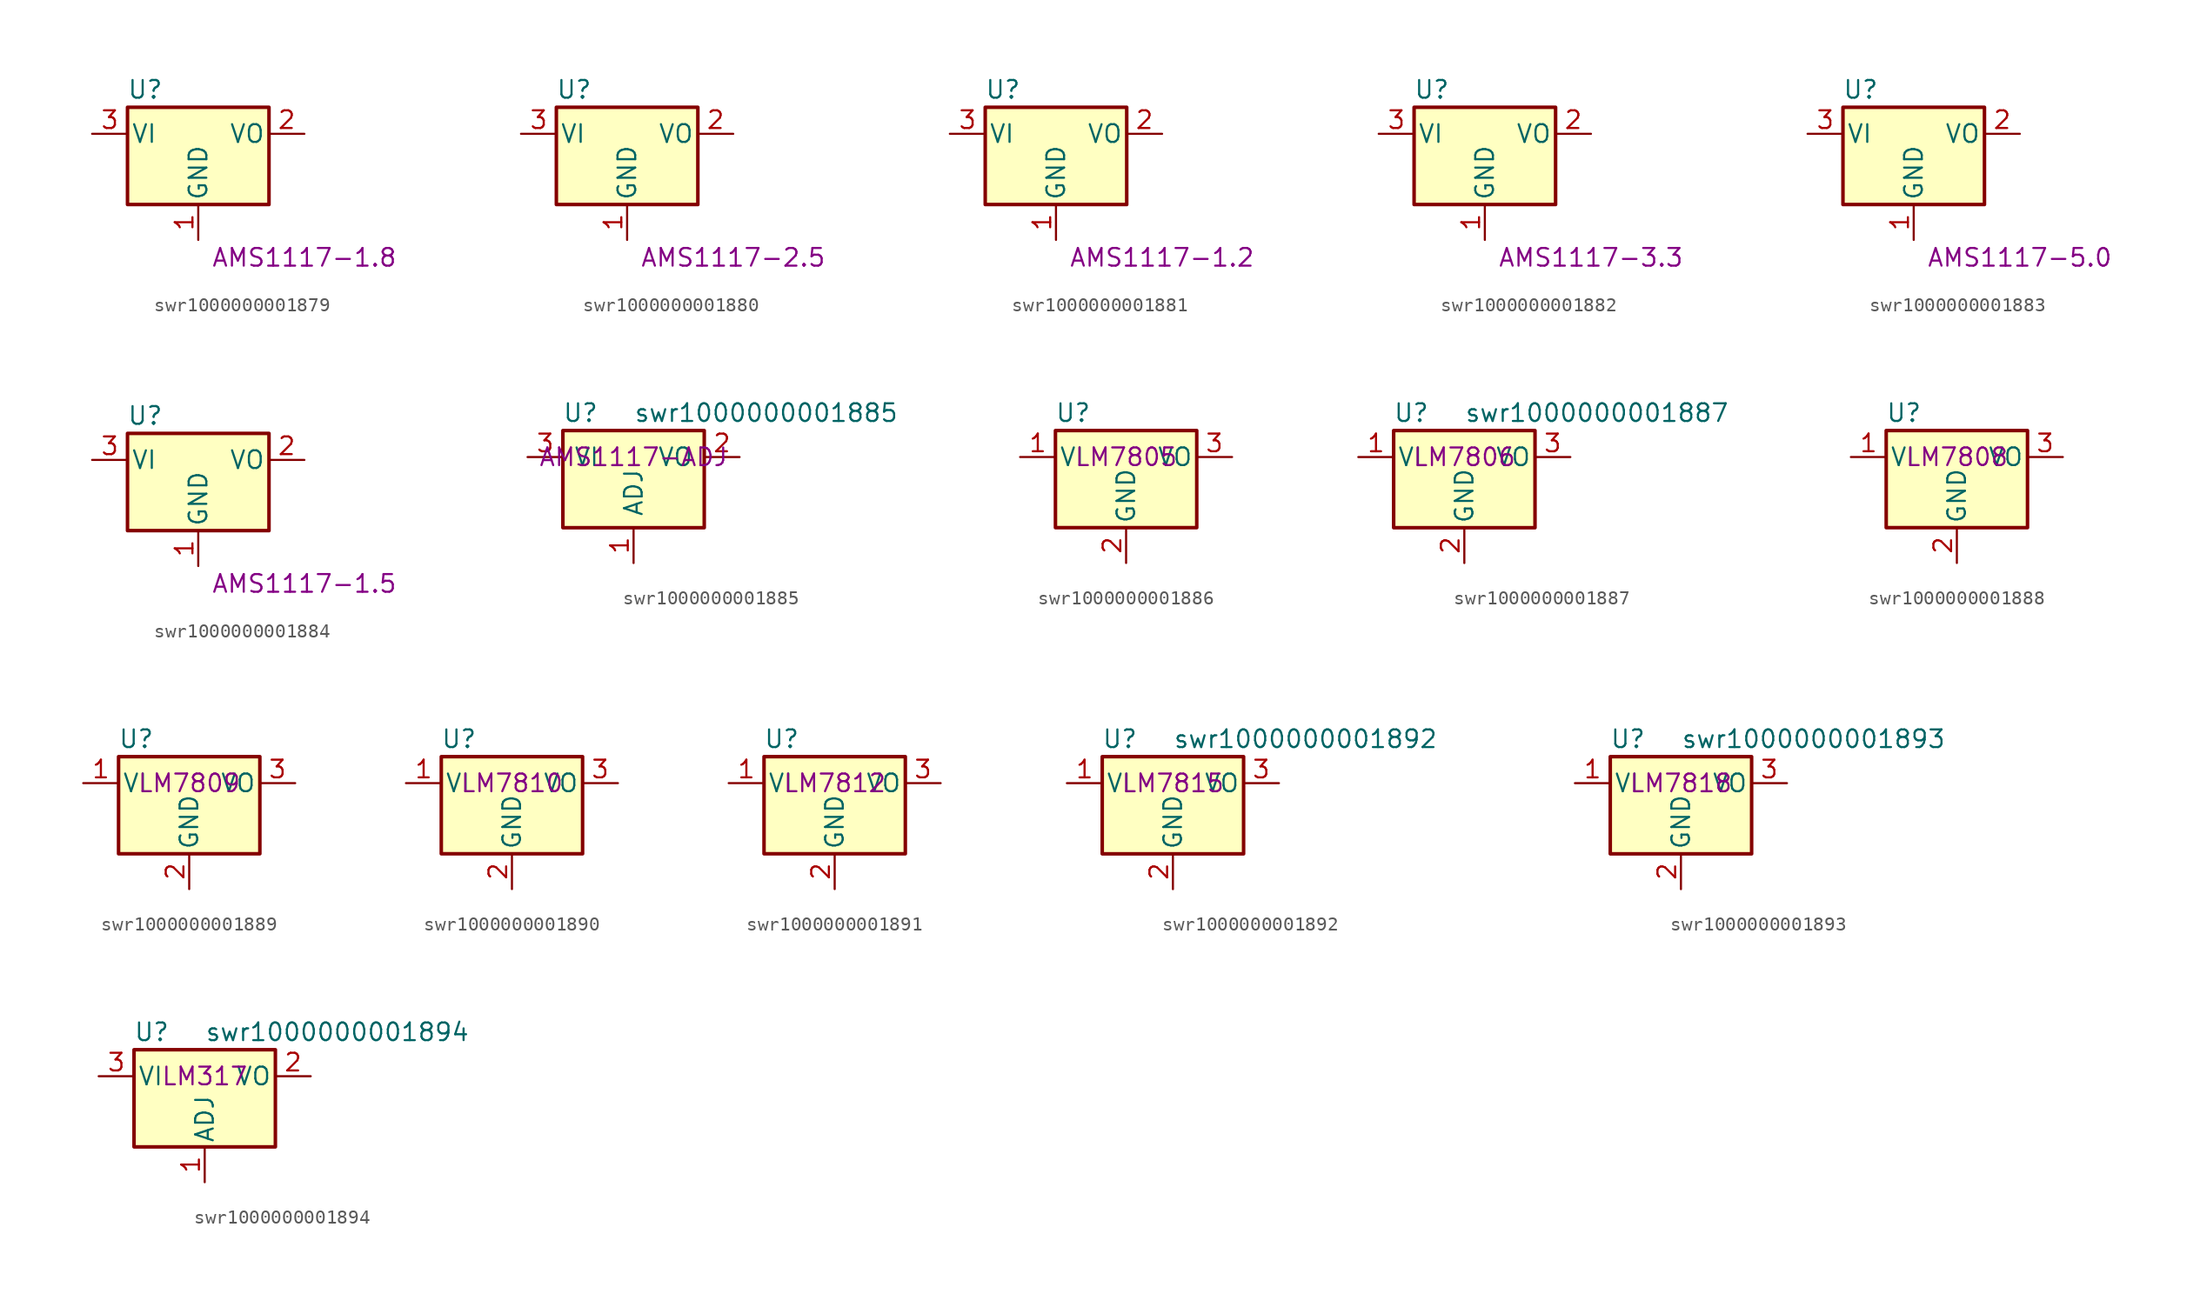
<source format=kicad_sym>
(kicad_symbol_lib
  (version 20211014)
  (generator kicad_symbol_editor)
  (symbol "swr1000000001879"
    (pin_names
      (offset 0.254))
    (property "Reference" "U"
      (at -3.81 3.175 0)
      (effects (font (size 1.27 1.27))))
    (property "PartValue" "AMS1117-1.8"
      (at 7.62 -8.89 0)
      (effects (font (size 1.27 1.27))))
    (symbol "swr1000000001879_0_1"
      (rectangle (start -5.08 -5.08) (end 5.08 1.905) (stroke (width 0.254) (type default) (color 0 0 0 0)) (fill (type background))))
    (symbol "swr1000000001879_1_1"
      (pin power_in line (at 0 -7.62 90) (length 2.54) (name "GND" (effects (font (size 1.27 1.27)))) (number "1" (effects (font (size 1.27 1.27)))))
      (pin power_out line (at 7.62 0 180) (length 2.54) (name "VO" (effects (font (size 1.27 1.27)))) (number "2" (effects (font (size 1.27 1.27)))))
      (pin power_in line (at -7.62 0 0) (length 2.54) (name "VI" (effects (font (size 1.27 1.27)))) (number "3" (effects (font (size 1.27 1.27)))))))
  (symbol "swr1000000001880"
    (pin_names
      (offset 0.254))
    (property "Reference" "U"
      (at -3.81 3.175 0)
      (effects (font (size 1.27 1.27))))
    (property "PartValue" "AMS1117-2.5"
      (at 7.62 -8.89 0)
      (effects (font (size 1.27 1.27))))
    (symbol "swr1000000001880_0_1"
      (rectangle (start -5.08 -5.08) (end 5.08 1.905) (stroke (width 0.254) (type default) (color 0 0 0 0)) (fill (type background))))
    (symbol "swr1000000001880_1_1"
      (pin power_in line (at 0 -7.62 90) (length 2.54) (name "GND" (effects (font (size 1.27 1.27)))) (number "1" (effects (font (size 1.27 1.27)))))
      (pin power_out line (at 7.62 0 180) (length 2.54) (name "VO" (effects (font (size 1.27 1.27)))) (number "2" (effects (font (size 1.27 1.27)))))
      (pin power_in line (at -7.62 0 0) (length 2.54) (name "VI" (effects (font (size 1.27 1.27)))) (number "3" (effects (font (size 1.27 1.27)))))))
  (symbol "swr1000000001881"
    (pin_names
      (offset 0.254))
    (property "Reference" "U"
      (at -3.81 3.175 0)
      (effects (font (size 1.27 1.27))))
    (property "PartValue" "AMS1117-1.2"
      (at 7.62 -8.89 0)
      (effects (font (size 1.27 1.27))))
    (symbol "swr1000000001881_0_1"
      (rectangle (start -5.08 -5.08) (end 5.08 1.905) (stroke (width 0.254) (type default) (color 0 0 0 0)) (fill (type background))))
    (symbol "swr1000000001881_1_1"
      (pin power_in line (at 0 -7.62 90) (length 2.54) (name "GND" (effects (font (size 1.27 1.27)))) (number "1" (effects (font (size 1.27 1.27)))))
      (pin power_out line (at 7.62 0 180) (length 2.54) (name "VO" (effects (font (size 1.27 1.27)))) (number "2" (effects (font (size 1.27 1.27)))))
      (pin power_in line (at -7.62 0 0) (length 2.54) (name "VI" (effects (font (size 1.27 1.27)))) (number "3" (effects (font (size 1.27 1.27)))))))
  (symbol "swr1000000001882"
    (pin_names
      (offset 0.254))
    (property "Reference" "U"
      (at -3.81 3.175 0)
      (effects (font (size 1.27 1.27))))
    (property "PartValue" "AMS1117-3.3"
      (at 7.62 -8.89 0)
      (effects (font (size 1.27 1.27))))
    (symbol "swr1000000001882_0_1"
      (rectangle (start -5.08 -5.08) (end 5.08 1.905) (stroke (width 0.254) (type default) (color 0 0 0 0)) (fill (type background))))
    (symbol "swr1000000001882_1_1"
      (pin power_in line (at 0 -7.62 90) (length 2.54) (name "GND" (effects (font (size 1.27 1.27)))) (number "1" (effects (font (size 1.27 1.27)))))
      (pin power_out line (at 7.62 0 180) (length 2.54) (name "VO" (effects (font (size 1.27 1.27)))) (number "2" (effects (font (size 1.27 1.27)))))
      (pin power_in line (at -7.62 0 0) (length 2.54) (name "VI" (effects (font (size 1.27 1.27)))) (number "3" (effects (font (size 1.27 1.27)))))))
  (symbol "swr1000000001883"
    (pin_names
      (offset 0.254))
    (property "Reference" "U"
      (at -3.81 3.175 0)
      (effects (font (size 1.27 1.27))))
    (property "PartValue" "AMS1117-5.0"
      (at 7.62 -8.89 0)
      (effects (font (size 1.27 1.27))))
    (symbol "swr1000000001883_0_1"
      (rectangle (start -5.08 -5.08) (end 5.08 1.905) (stroke (width 0.254) (type default) (color 0 0 0 0)) (fill (type background))))
    (symbol "swr1000000001883_1_1"
      (pin power_in line (at 0 -7.62 90) (length 2.54) (name "GND" (effects (font (size 1.27 1.27)))) (number "1" (effects (font (size 1.27 1.27)))))
      (pin power_out line (at 7.62 0 180) (length 2.54) (name "VO" (effects (font (size 1.27 1.27)))) (number "2" (effects (font (size 1.27 1.27)))))
      (pin power_in line (at -7.62 0 0) (length 2.54) (name "VI" (effects (font (size 1.27 1.27)))) (number "3" (effects (font (size 1.27 1.27)))))))
  (symbol "swr1000000001884"
    (pin_names
      (offset 0.254))
    (property "Reference" "U"
      (at -3.81 3.175 0)
      (effects (font (size 1.27 1.27))))
    (property "PartValue" "AMS1117-1.5"
      (at 7.62 -8.89 0)
      (effects (font (size 1.27 1.27))))
    (symbol "swr1000000001884_0_1"
      (rectangle (start -5.08 -5.08) (end 5.08 1.905) (stroke (width 0.254) (type default) (color 0 0 0 0)) (fill (type background))))
    (symbol "swr1000000001884_1_1"
      (pin power_in line (at 0 -7.62 90) (length 2.54) (name "GND" (effects (font (size 1.27 1.27)))) (number "1" (effects (font (size 1.27 1.27)))))
      (pin power_out line (at 7.62 0 180) (length 2.54) (name "VO" (effects (font (size 1.27 1.27)))) (number "2" (effects (font (size 1.27 1.27)))))
      (pin power_in line (at -7.62 0 0) (length 2.54) (name "VI" (effects (font (size 1.27 1.27)))) (number "3" (effects (font (size 1.27 1.27)))))))
  (symbol "swr1000000001885"
    (pin_names
      (offset 0.762))
    (property "Reference" "U"
      (at -3.81 3.175 0)
      (effects (font (size 1.27 1.27))))
    (property "Value" "swr1000000001885"
      (at 0 3.175 0)
      (effects (font (size 1.27 1.27)) (justify left)))
    (property "PartValue" "AMS1117-ADJ"
      (at 0 0 0)
      (effects (font (size 1.27 1.27))))
    (symbol "swr1000000001885_0_1"
      (rectangle (start -5.08 -5.08) (end 5.08 1.905) (stroke (width 0.254) (type default) (color 0 0 0 0)) (fill (type background))))
    (symbol "swr1000000001885_1_1"
      (pin input line (at 0 -7.62 90) (length 2.54) (name "ADJ" (effects (font (size 1.27 1.27)))) (number "1" (effects (font (size 1.27 1.27)))))
      (pin power_out line (at 7.62 0 180) (length 2.54) (name "VO" (effects (font (size 1.27 1.27)))) (number "2" (effects (font (size 1.27 1.27)))))
      (pin power_in line (at -7.62 0 0) (length 2.54) (name "VI" (effects (font (size 1.27 1.27)))) (number "3" (effects (font (size 1.27 1.27)))))))
  (symbol "swr1000000001886"
    (pin_names
      (offset 0.254))
    (property "Reference" "U"
      (at -3.81 3.175 0)
      (effects (font (size 1.27 1.27))))
    (property "PartValue" "LM7805"
      (at 0 0 0)
      (effects (font (size 1.27 1.27))))
    (symbol "swr1000000001886_0_1"
      (rectangle (start -5.08 1.905) (end 5.08 -5.08) (stroke (width 0.254) (type default) (color 0 0 0 0)) (fill (type background))))
    (symbol "swr1000000001886_1_1"
      (pin power_in line (at -7.62 0 0) (length 2.54) (name "VI" (effects (font (size 1.27 1.27)))) (number "1" (effects (font (size 1.27 1.27)))))
      (pin power_in line (at 0 -7.62 90) (length 2.54) (name "GND" (effects (font (size 1.27 1.27)))) (number "2" (effects (font (size 1.27 1.27)))))
      (pin power_out line (at 7.62 0 180) (length 2.54) (name "VO" (effects (font (size 1.27 1.27)))) (number "3" (effects (font (size 1.27 1.27)))))))
  (symbol "swr1000000001887"
    (pin_names
      (offset 0.254))
    (property "Reference" "U"
      (at -3.81 3.175 0)
      (effects (font (size 1.27 1.27))))
    (property "Value" "swr1000000001887"
      (at 0 3.175 0)
      (effects (font (size 1.27 1.27)) (justify left)))
    (property "PartValue" "LM7806"
      (at 0 0 0)
      (effects (font (size 1.27 1.27))))
    (symbol "swr1000000001887_0_1"
      (rectangle (start -5.08 1.905) (end 5.08 -5.08) (stroke (width 0.254) (type default) (color 0 0 0 0)) (fill (type background))))
    (symbol "swr1000000001887_1_1"
      (pin power_in line (at -7.62 0 0) (length 2.54) (name "VI" (effects (font (size 1.27 1.27)))) (number "1" (effects (font (size 1.27 1.27)))))
      (pin power_in line (at 0 -7.62 90) (length 2.54) (name "GND" (effects (font (size 1.27 1.27)))) (number "2" (effects (font (size 1.27 1.27)))))
      (pin power_out line (at 7.62 0 180) (length 2.54) (name "VO" (effects (font (size 1.27 1.27)))) (number "3" (effects (font (size 1.27 1.27)))))))
  (symbol "swr1000000001888"
    (pin_names
      (offset 0.254))
    (property "Reference" "U"
      (at -3.81 3.175 0)
      (effects (font (size 1.27 1.27))))
    (property "PartValue" "LM7808"
      (at 0 0 0)
      (effects (font (size 1.27 1.27))))
    (symbol "swr1000000001888_0_1"
      (rectangle (start -5.08 1.905) (end 5.08 -5.08) (stroke (width 0.254) (type default) (color 0 0 0 0)) (fill (type background))))
    (symbol "swr1000000001888_1_1"
      (pin power_in line (at -7.62 0 0) (length 2.54) (name "VI" (effects (font (size 1.27 1.27)))) (number "1" (effects (font (size 1.27 1.27)))))
      (pin power_in line (at 0 -7.62 90) (length 2.54) (name "GND" (effects (font (size 1.27 1.27)))) (number "2" (effects (font (size 1.27 1.27)))))
      (pin power_out line (at 7.62 0 180) (length 2.54) (name "VO" (effects (font (size 1.27 1.27)))) (number "3" (effects (font (size 1.27 1.27)))))))
  (symbol "swr1000000001889"
    (pin_names
      (offset 0.254))
    (property "Reference" "U"
      (at -3.81 3.175 0)
      (effects (font (size 1.27 1.27))))
    (property "PartValue" "LM7809"
      (at 0 0 0)
      (effects (font (size 1.27 1.27))))
    (symbol "swr1000000001889_0_1"
      (rectangle (start -5.08 1.905) (end 5.08 -5.08) (stroke (width 0.254) (type default) (color 0 0 0 0)) (fill (type background))))
    (symbol "swr1000000001889_1_1"
      (pin power_in line (at -7.62 0 0) (length 2.54) (name "VI" (effects (font (size 1.27 1.27)))) (number "1" (effects (font (size 1.27 1.27)))))
      (pin power_in line (at 0 -7.62 90) (length 2.54) (name "GND" (effects (font (size 1.27 1.27)))) (number "2" (effects (font (size 1.27 1.27)))))
      (pin power_out line (at 7.62 0 180) (length 2.54) (name "VO" (effects (font (size 1.27 1.27)))) (number "3" (effects (font (size 1.27 1.27)))))))
  (symbol "swr1000000001890"
    (pin_names
      (offset 0.254))
    (property "Reference" "U"
      (at -3.81 3.175 0)
      (effects (font (size 1.27 1.27))))
    (property "PartValue" "LM7810"
      (at 0 0 0)
      (effects (font (size 1.27 1.27))))
    (symbol "swr1000000001890_0_1"
      (rectangle (start -5.08 1.905) (end 5.08 -5.08) (stroke (width 0.254) (type default) (color 0 0 0 0)) (fill (type background))))
    (symbol "swr1000000001890_1_1"
      (pin power_in line (at -7.62 0 0) (length 2.54) (name "VI" (effects (font (size 1.27 1.27)))) (number "1" (effects (font (size 1.27 1.27)))))
      (pin power_in line (at 0 -7.62 90) (length 2.54) (name "GND" (effects (font (size 1.27 1.27)))) (number "2" (effects (font (size 1.27 1.27)))))
      (pin power_out line (at 7.62 0 180) (length 2.54) (name "VO" (effects (font (size 1.27 1.27)))) (number "3" (effects (font (size 1.27 1.27)))))))
  (symbol "swr1000000001891"
    (pin_names
      (offset 0.254))
    (property "Reference" "U"
      (at -3.81 3.175 0)
      (effects (font (size 1.27 1.27))))
    (property "PartValue" "LM7812"
      (at 0 0 0)
      (effects (font (size 1.27 1.27))))
    (symbol "swr1000000001891_0_1"
      (rectangle (start -5.08 1.905) (end 5.08 -5.08) (stroke (width 0.254) (type default) (color 0 0 0 0)) (fill (type background))))
    (symbol "swr1000000001891_1_1"
      (pin power_in line (at -7.62 0 0) (length 2.54) (name "VI" (effects (font (size 1.27 1.27)))) (number "1" (effects (font (size 1.27 1.27)))))
      (pin power_in line (at 0 -7.62 90) (length 2.54) (name "GND" (effects (font (size 1.27 1.27)))) (number "2" (effects (font (size 1.27 1.27)))))
      (pin power_out line (at 7.62 0 180) (length 2.54) (name "VO" (effects (font (size 1.27 1.27)))) (number "3" (effects (font (size 1.27 1.27)))))))
  (symbol "swr1000000001892"
    (pin_names
      (offset 0.254))
    (property "Reference" "U"
      (at -3.81 3.175 0)
      (effects (font (size 1.27 1.27))))
    (property "Value" "swr1000000001892"
      (at 0 3.175 0)
      (effects (font (size 1.27 1.27)) (justify left)))
    (property "PartValue" "LM7815"
      (at 0 0 0)
      (effects (font (size 1.27 1.27))))
    (symbol "swr1000000001892_0_1"
      (rectangle (start -5.08 1.905) (end 5.08 -5.08) (stroke (width 0.254) (type default) (color 0 0 0 0)) (fill (type background))))
    (symbol "swr1000000001892_1_1"
      (pin power_in line (at -7.62 0 0) (length 2.54) (name "VI" (effects (font (size 1.27 1.27)))) (number "1" (effects (font (size 1.27 1.27)))))
      (pin power_in line (at 0 -7.62 90) (length 2.54) (name "GND" (effects (font (size 1.27 1.27)))) (number "2" (effects (font (size 1.27 1.27)))))
      (pin power_out line (at 7.62 0 180) (length 2.54) (name "VO" (effects (font (size 1.27 1.27)))) (number "3" (effects (font (size 1.27 1.27)))))))
  (symbol "swr1000000001893"
    (pin_names
      (offset 0.254))
    (property "Reference" "U"
      (at -3.81 3.175 0)
      (effects (font (size 1.27 1.27))))
    (property "Value" "swr1000000001893"
      (at 0 3.175 0)
      (effects (font (size 1.27 1.27)) (justify left)))
    (property "PartValue" "LM7818"
      (at 0 0 0)
      (effects (font (size 1.27 1.27))))
    (symbol "swr1000000001893_0_1"
      (rectangle (start -5.08 1.905) (end 5.08 -5.08) (stroke (width 0.254) (type default) (color 0 0 0 0)) (fill (type background))))
    (symbol "swr1000000001893_1_1"
      (pin power_in line (at -7.62 0 0) (length 2.54) (name "VI" (effects (font (size 1.27 1.27)))) (number "1" (effects (font (size 1.27 1.27)))))
      (pin power_in line (at 0 -7.62 90) (length 2.54) (name "GND" (effects (font (size 1.27 1.27)))) (number "2" (effects (font (size 1.27 1.27)))))
      (pin power_out line (at 7.62 0 180) (length 2.54) (name "VO" (effects (font (size 1.27 1.27)))) (number "3" (effects (font (size 1.27 1.27)))))))
  (symbol "swr1000000001894"
    (pin_names
      (offset 0.254))
    (property "Reference" "U"
      (at -3.81 3.175 0)
      (effects (font (size 1.27 1.27))))
    (property "Value" "swr1000000001894"
      (at 0 3.175 0)
      (effects (font (size 1.27 1.27)) (justify left)))
    (property "PartValue" "LM317"
      (at 0 0 0)
      (effects (font (size 1.27 1.27))))
    (symbol "swr1000000001894_0_1"
      (rectangle (start -5.08 1.905) (end 5.08 -5.08) (stroke (width 0.254) (type default) (color 0 0 0 0)) (fill (type background))))
    (symbol "swr1000000001894_1_1"
      (pin input line (at 0 -7.62 90) (length 2.54) (name "ADJ" (effects (font (size 1.27 1.27)))) (number "1" (effects (font (size 1.27 1.27)))))
      (pin power_out line (at 7.62 0 180) (length 2.54) (name "VO" (effects (font (size 1.27 1.27)))) (number "2" (effects (font (size 1.27 1.27)))))
      (pin power_in line (at -7.62 0 0) (length 2.54) (name "VI" (effects (font (size 1.27 1.27)))) (number "3" (effects (font (size 1.27 1.27))))))))
</source>
